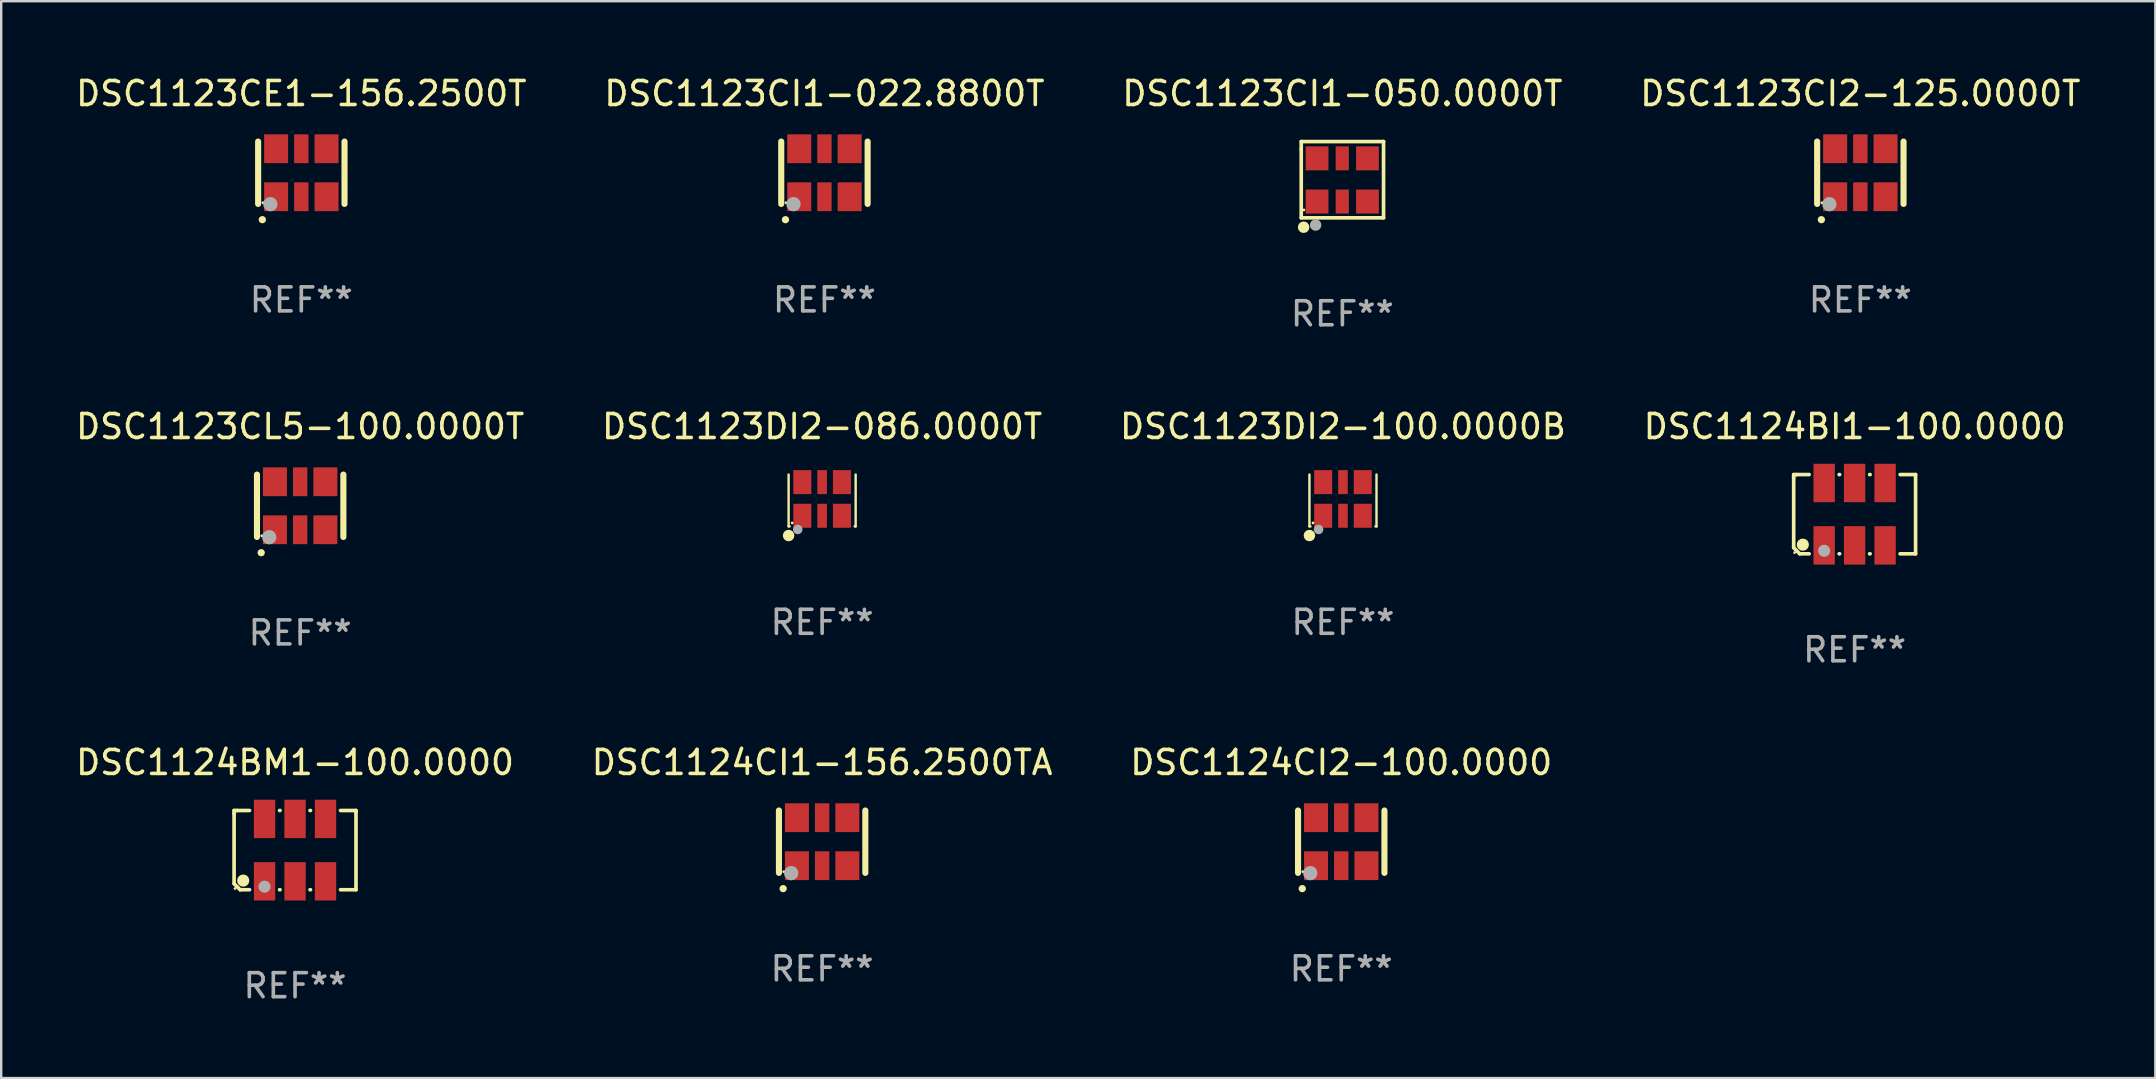
<source format=kicad_pcb>
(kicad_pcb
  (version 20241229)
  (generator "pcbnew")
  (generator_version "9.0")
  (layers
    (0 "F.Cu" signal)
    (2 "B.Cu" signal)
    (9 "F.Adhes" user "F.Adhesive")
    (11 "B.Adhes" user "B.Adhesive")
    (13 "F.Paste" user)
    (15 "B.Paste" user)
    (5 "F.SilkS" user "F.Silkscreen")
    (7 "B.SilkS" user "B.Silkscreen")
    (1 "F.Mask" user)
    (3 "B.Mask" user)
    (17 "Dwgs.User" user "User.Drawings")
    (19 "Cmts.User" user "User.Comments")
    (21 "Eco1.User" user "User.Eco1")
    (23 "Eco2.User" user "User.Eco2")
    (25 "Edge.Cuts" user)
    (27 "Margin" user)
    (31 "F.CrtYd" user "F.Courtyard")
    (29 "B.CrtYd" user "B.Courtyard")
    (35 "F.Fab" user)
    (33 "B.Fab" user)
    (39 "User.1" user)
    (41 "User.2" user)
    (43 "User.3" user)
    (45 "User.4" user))
  (footprint "DSC1123DI2-086.0000T"
    (layer "F.Cu")
    (at 31.208 17.804)
    (property "Reference" "DSC1123DI2-086.0000T" (at 0 -3.08 0) (layer "F.SilkS") (effects (font (size 1 1) (thickness 0.15))))
    (attr through_hole)
    (fp_line (start -1.397 -1.08) (end -1.397 1.08) (stroke (width 0.1) (type solid)) (layer "F.SilkS"))
    (fp_line (start -1.397 1.08) (end -1.354 1.08) (stroke (width 0.1) (type solid)) (layer "F.SilkS"))
    (fp_line (start 1.354 1.08) (end 1.397 1.08) (stroke (width 0.1) (type solid)) (layer "F.SilkS"))
    (fp_line (start 1.397 1.08) (end 1.397 -1.08) (stroke (width 0.1) (type solid)) (layer "F.SilkS"))
    (fp_circle (center -1.397 1.461) (end -1.277 1.461) (stroke (width 0.24) (type solid)) (fill no) (layer "F.SilkS"))
    (fp_circle (center -1.25 0.936) (end -1.22 0.936) (stroke (width 0.06) (type solid)) (fill no) (layer "F.SilkS"))
    (fp_circle (center -1.016 1.207) (end -0.916 1.207) (stroke (width 0.2) (type solid)) (fill no) (layer "F.Fab"))
    (fp_text user "REF**" (at 0 5.08 0) (layer "F.Fab") (effects (font (size 1 1) (thickness 0.15))))
    (pad "1" smd rect (at -0.825 0.637) (size 0.75 1) (layers "F.Cu" "F.Mask" "F.Paste"))
    (pad "2" smd rect (at 0 0.637) (size 0.4 1) (layers "F.Cu" "F.Mask" "F.Paste"))
    (pad "3" smd rect (at 0.825 0.637) (size 0.75 1) (layers "F.Cu" "F.Mask" "F.Paste"))
    (pad "4" smd rect (at 0.825 -0.764) (size 0.75 1) (layers "F.Cu" "F.Mask" "F.Paste"))
    (pad "5" smd rect (at 0 -0.764) (size 0.4 1) (layers "F.Cu" "F.Mask" "F.Paste"))
    (pad "6" smd rect (at -0.825 -0.764) (size 0.75 1) (layers "F.Cu" "F.Mask" "F.Paste")))
  (footprint "DSC1123CL5-100.0000T"
    (layer "F.Cu")
    (at 9.458 18.025)
    (property "Reference" "DSC1123CL5-100.0000T" (at 0 -3.3 0) (layer "F.SilkS") (effects (font (size 1 1) (thickness 0.15))))
    (attr through_hole)
    (fp_line (start -1.8 -1.3) (end -1.8 1.3) (stroke (width 0.254) (type solid)) (layer "F.SilkS"))
    (fp_line (start 1.8 -1.3) (end 1.8 1.3) (stroke (width 0.254) (type solid)) (layer "F.SilkS"))
    (fp_arc (start -1.625603 1.955804) (mid -1.624333 1.955799) (end -1.623063 1.955804) (stroke (width 0.3) (type solid)) (layer "F.SilkS"))
    (fp_circle (center -1.6 1.25) (end -1.57 1.25) (stroke (width 0.06) (type solid)) (fill no) (layer "F.SilkS"))
    (fp_circle (center -1.29 1.31) (end -1.14 1.31) (stroke (width 0.3) (type solid)) (fill no) (layer "F.Fab"))
    (fp_text user "REF**" (at 0 5.3 0) (layer "F.Fab") (effects (font (size 1 1) (thickness 0.15))))
    (pad "1" smd rect (at -1.05 1) (size 1 1.2) (layers "F.Cu" "F.Mask" "F.Paste"))
    (pad "2" smd rect (at 0 1) (size 0.6 1.2) (layers "F.Cu" "F.Mask" "F.Paste"))
    (pad "3" smd rect (at 1.05 1) (size 1 1.2) (layers "F.Cu" "F.Mask" "F.Paste"))
    (pad "4" smd rect (at 1.05 -1) (size 1 1.2) (layers "F.Cu" "F.Mask" "F.Paste"))
    (pad "5" smd rect (at 0 -1) (size 0.6 1.2) (layers "F.Cu" "F.Mask" "F.Paste"))
    (pad "6" smd rect (at -1.05 -1) (size 1 1.2) (layers "F.Cu" "F.Mask" "F.Paste")))
  (footprint "DSC1123DI2-100.0000B"
    (layer "F.Cu")
    (at 52.911 17.804)
    (property "Reference" "DSC1123DI2-100.0000B" (at 0 -3.08 0) (layer "F.SilkS") (effects (font (size 1 1) (thickness 0.15))))
    (attr through_hole)
    (fp_line (start -1.397 -1.08) (end -1.397 1.08) (stroke (width 0.1) (type solid)) (layer "F.SilkS"))
    (fp_line (start -1.397 1.08) (end -1.354 1.08) (stroke (width 0.1) (type solid)) (layer "F.SilkS"))
    (fp_line (start 1.354 1.08) (end 1.397 1.08) (stroke (width 0.1) (type solid)) (layer "F.SilkS"))
    (fp_line (start 1.397 1.08) (end 1.397 -1.08) (stroke (width 0.1) (type solid)) (layer "F.SilkS"))
    (fp_circle (center -1.397 1.461) (end -1.277 1.461) (stroke (width 0.24) (type solid)) (fill no) (layer "F.SilkS"))
    (fp_circle (center -1.25 0.936) (end -1.22 0.936) (stroke (width 0.06) (type solid)) (fill no) (layer "F.SilkS"))
    (fp_circle (center -1.016 1.207) (end -0.916 1.207) (stroke (width 0.2) (type solid)) (fill no) (layer "F.Fab"))
    (fp_text user "REF**" (at 0 5.08 0) (layer "F.Fab") (effects (font (size 1 1) (thickness 0.15))))
    (pad "1" smd rect (at -0.825 0.637) (size 0.75 1) (layers "F.Cu" "F.Mask" "F.Paste"))
    (pad "2" smd rect (at 0 0.637) (size 0.4 1) (layers "F.Cu" "F.Mask" "F.Paste"))
    (pad "3" smd rect (at 0.825 0.637) (size 0.75 1) (layers "F.Cu" "F.Mask" "F.Paste"))
    (pad "4" smd rect (at 0.825 -0.764) (size 0.75 1) (layers "F.Cu" "F.Mask" "F.Paste"))
    (pad "5" smd rect (at 0 -0.764) (size 0.4 1) (layers "F.Cu" "F.Mask" "F.Paste"))
    (pad "6" smd rect (at -0.825 -0.764) (size 0.75 1) (layers "F.Cu" "F.Mask" "F.Paste")))
  (footprint "DSC1123CI1-050.0000T"
    (layer "F.Cu")
    (at 52.887 4.438)
    (property "Reference" "DSC1123CI1-050.0000T" (at 0 -3.59 0) (layer "F.SilkS") (effects (font (size 1 1) (thickness 0.15))))
    (attr through_hole)
    (fp_line (start -1.715 -1.59) (end -1.715 -1.28) (stroke (width 0.152) (type solid)) (layer "F.SilkS"))
    (fp_line (start -1.715 -1.26) (end -1.715 1.59) (stroke (width 0.152) (type solid)) (layer "F.SilkS"))
    (fp_line (start -1.715 1.59) (end 1.715 1.59) (stroke (width 0.152) (type solid)) (layer "F.SilkS"))
    (fp_line (start 1.715 -1.59) (end -1.715 -1.59) (stroke (width 0.152) (type solid)) (layer "F.SilkS"))
    (fp_line (start 1.715 1.59) (end 1.715 -1.59) (stroke (width 0.152) (type solid)) (layer "F.SilkS"))
    (fp_circle (center -1.615 1.98) (end -1.495 1.98) (stroke (width 0.24) (type solid)) (fill no) (layer "F.SilkS"))
    (fp_circle (center -1.605 1.26) (end -1.575 1.26) (stroke (width 0.06) (type solid)) (fill no) (layer "F.SilkS"))
    (fp_circle (center -1.115 1.89) (end -0.995 1.89) (stroke (width 0.24) (type solid)) (fill no) (layer "F.Fab"))
    (fp_text user "REF**" (at 0 5.59 0) (layer "F.Fab") (effects (font (size 1 1) (thickness 0.15))))
    (pad "1" smd rect (at -1.055 0.91) (size 0.95 1) (layers "F.Cu" "F.Mask" "F.Paste"))
    (pad "2" smd rect (at -0.005 0.91) (size 0.55 1) (layers "F.Cu" "F.Mask" "F.Paste"))
    (pad "3" smd rect (at 1.045 0.91) (size 0.95 1) (layers "F.Cu" "F.Mask" "F.Paste"))
    (pad "4" smd rect (at 1.045 -0.89 180) (size 0.95 1) (layers "F.Cu" "F.Mask" "F.Paste"))
    (pad "5" smd rect (at -0.005 -0.89) (size 0.55 1) (layers "F.Cu" "F.Mask" "F.Paste"))
    (pad "6" smd rect (at -1.055 -0.89 180) (size 0.95 1) (layers "F.Cu" "F.Mask" "F.Paste")))
  (footprint "DSC1124BI1-100.0000"
    (layer "F.Cu")
    (at 74.232 18.376)
    (property "Reference" "DSC1124BI1-100.0000" (at 0 -3.651 0) (layer "F.SilkS") (effects (font (size 1 1) (thickness 0.15))))
    (attr through_hole)
    (fp_line (start -2.54 -1.651) (end -2.413 -1.651) (stroke (width 0.152) (type solid)) (layer "F.SilkS"))
    (fp_line (start -2.54 -1.524) (end -2.54 -1.651) (stroke (width 0.152) (type solid)) (layer "F.SilkS"))
    (fp_line (start -2.54 1.397) (end -2.54 -1.524) (stroke (width 0.152) (type solid)) (layer "F.SilkS"))
    (fp_line (start -2.413 -1.651) (end -1.895 -1.651) (stroke (width 0.152) (type solid)) (layer "F.SilkS"))
    (fp_line (start -2.286 1.651) (end -2.54 1.397) (stroke (width 0.152) (type solid)) (layer "F.SilkS"))
    (fp_line (start -1.895 1.651) (end -2.286 1.651) (stroke (width 0.152) (type solid)) (layer "F.SilkS"))
    (fp_line (start -0.645 -1.651) (end -0.625 -1.651) (stroke (width 0.152) (type solid)) (layer "F.SilkS"))
    (fp_line (start -0.625 1.651) (end -0.645 1.651) (stroke (width 0.152) (type solid)) (layer "F.SilkS"))
    (fp_line (start 0.625 -1.651) (end 0.645 -1.651) (stroke (width 0.152) (type solid)) (layer "F.SilkS"))
    (fp_line (start 0.645 1.651) (end 0.625 1.651) (stroke (width 0.152) (type solid)) (layer "F.SilkS"))
    (fp_line (start 1.895 -1.651) (end 2.54 -1.651) (stroke (width 0.152) (type solid)) (layer "F.SilkS"))
    (fp_line (start 2.54 -1.651) (end 2.54 1.651) (stroke (width 0.152) (type solid)) (layer "F.SilkS"))
    (fp_line (start 2.54 1.651) (end 1.895 1.651) (stroke (width 0.152) (type solid)) (layer "F.SilkS"))
    (fp_circle (center -2.5 1.6) (end -2.47 1.6) (stroke (width 0.06) (type solid)) (fill no) (layer "F.SilkS"))
    (fp_circle (center -2.159 1.27) (end -2.032 1.27) (stroke (width 0.254) (type solid)) (fill no) (layer "F.SilkS"))
    (fp_circle (center -1.27 1.524) (end -1.143 1.524) (stroke (width 0.254) (type solid)) (fill no) (layer "F.Fab"))
    (fp_text user "REF**" (at 0 5.651 0) (layer "F.Fab") (effects (font (size 1 1) (thickness 0.15))))
    (pad "1" smd rect (at -1.27 1.3) (size 0.89 1.6) (layers "F.Cu" "F.Mask" "F.Paste"))
    (pad "2" smd rect (at 0 1.3) (size 0.89 1.6) (layers "F.Cu" "F.Mask" "F.Paste"))
    (pad "3" smd rect (at 1.27 1.3) (size 0.89 1.6) (layers "F.Cu" "F.Mask" "F.Paste"))
    (pad "4" smd rect (at 1.27 -1.3) (size 0.89 1.6) (layers "F.Cu" "F.Mask" "F.Paste"))
    (pad "5" smd rect (at 0 -1.3) (size 0.89 1.6) (layers "F.Cu" "F.Mask" "F.Paste"))
    (pad "6" smd rect (at -1.27 -1.3) (size 0.89 1.6) (layers "F.Cu" "F.Mask" "F.Paste")))
  (footprint "DSC1123CE1-156.2500T"
    (layer "F.Cu")
    (at 9.506 4.148)
    (property "Reference" "DSC1123CE1-156.2500T" (at 0 -3.3 0) (layer "F.SilkS") (effects (font (size 1 1) (thickness 0.15))))
    (attr through_hole)
    (fp_line (start -1.8 -1.3) (end -1.8 1.3) (stroke (width 0.254) (type solid)) (layer "F.SilkS"))
    (fp_line (start 1.8 -1.3) (end 1.8 1.3) (stroke (width 0.254) (type solid)) (layer "F.SilkS"))
    (fp_arc (start -1.625603 1.955804) (mid -1.624333 1.955799) (end -1.623063 1.955804) (stroke (width 0.3) (type solid)) (layer "F.SilkS"))
    (fp_circle (center -1.6 1.25) (end -1.57 1.25) (stroke (width 0.06) (type solid)) (fill no) (layer "F.SilkS"))
    (fp_circle (center -1.29 1.31) (end -1.14 1.31) (stroke (width 0.3) (type solid)) (fill no) (layer "F.Fab"))
    (fp_text user "REF**" (at 0 5.3 0) (layer "F.Fab") (effects (font (size 1 1) (thickness 0.15))))
    (pad "1" smd rect (at -1.05 1) (size 1 1.2) (layers "F.Cu" "F.Mask" "F.Paste"))
    (pad "2" smd rect (at 0 1) (size 0.6 1.2) (layers "F.Cu" "F.Mask" "F.Paste"))
    (pad "3" smd rect (at 1.05 1) (size 1 1.2) (layers "F.Cu" "F.Mask" "F.Paste"))
    (pad "4" smd rect (at 1.05 -1) (size 1 1.2) (layers "F.Cu" "F.Mask" "F.Paste"))
    (pad "5" smd rect (at 0 -1) (size 0.6 1.2) (layers "F.Cu" "F.Mask" "F.Paste"))
    (pad "6" smd rect (at -1.05 -1) (size 1 1.2) (layers "F.Cu" "F.Mask" "F.Paste")))
  (footprint "DSC1123CI1-022.8800T"
    (layer "F.Cu")
    (at 31.304 4.148)
    (property "Reference" "DSC1123CI1-022.8800T" (at 0 -3.3 0) (layer "F.SilkS") (effects (font (size 1 1) (thickness 0.15))))
    (attr through_hole)
    (fp_line (start -1.8 -1.3) (end -1.8 1.3) (stroke (width 0.254) (type solid)) (layer "F.SilkS"))
    (fp_line (start 1.8 -1.3) (end 1.8 1.3) (stroke (width 0.254) (type solid)) (layer "F.SilkS"))
    (fp_arc (start -1.625603 1.955804) (mid -1.624333 1.955799) (end -1.623063 1.955804) (stroke (width 0.3) (type solid)) (layer "F.SilkS"))
    (fp_circle (center -1.6 1.25) (end -1.57 1.25) (stroke (width 0.06) (type solid)) (fill no) (layer "F.SilkS"))
    (fp_circle (center -1.29 1.31) (end -1.14 1.31) (stroke (width 0.3) (type solid)) (fill no) (layer "F.Fab"))
    (fp_text user "REF**" (at 0 5.3 0) (layer "F.Fab") (effects (font (size 1 1) (thickness 0.15))))
    (pad "1" smd rect (at -1.05 1) (size 1 1.2) (layers "F.Cu" "F.Mask" "F.Paste"))
    (pad "2" smd rect (at 0 1) (size 0.6 1.2) (layers "F.Cu" "F.Mask" "F.Paste"))
    (pad "3" smd rect (at 1.05 1) (size 1 1.2) (layers "F.Cu" "F.Mask" "F.Paste"))
    (pad "4" smd rect (at 1.05 -1) (size 1 1.2) (layers "F.Cu" "F.Mask" "F.Paste"))
    (pad "5" smd rect (at 0 -1) (size 0.6 1.2) (layers "F.Cu" "F.Mask" "F.Paste"))
    (pad "6" smd rect (at -1.05 -1) (size 1 1.2) (layers "F.Cu" "F.Mask" "F.Paste")))
  (footprint "DSC1124BM1-100.0000"
    (layer "F.Cu")
    (at 9.244 32.374)
    (property "Reference" "DSC1124BM1-100.0000" (at 0 -3.651 0) (layer "F.SilkS") (effects (font (size 1 1) (thickness 0.15))))
    (attr through_hole)
    (fp_line (start -2.54 -1.651) (end -2.413 -1.651) (stroke (width 0.152) (type solid)) (layer "F.SilkS"))
    (fp_line (start -2.54 -1.524) (end -2.54 -1.651) (stroke (width 0.152) (type solid)) (layer "F.SilkS"))
    (fp_line (start -2.54 1.397) (end -2.54 -1.524) (stroke (width 0.152) (type solid)) (layer "F.SilkS"))
    (fp_line (start -2.413 -1.651) (end -1.895 -1.651) (stroke (width 0.152) (type solid)) (layer "F.SilkS"))
    (fp_line (start -2.286 1.651) (end -2.54 1.397) (stroke (width 0.152) (type solid)) (layer "F.SilkS"))
    (fp_line (start -1.895 1.651) (end -2.286 1.651) (stroke (width 0.152) (type solid)) (layer "F.SilkS"))
    (fp_line (start -0.645 -1.651) (end -0.625 -1.651) (stroke (width 0.152) (type solid)) (layer "F.SilkS"))
    (fp_line (start -0.625 1.651) (end -0.645 1.651) (stroke (width 0.152) (type solid)) (layer "F.SilkS"))
    (fp_line (start 0.625 -1.651) (end 0.645 -1.651) (stroke (width 0.152) (type solid)) (layer "F.SilkS"))
    (fp_line (start 0.645 1.651) (end 0.625 1.651) (stroke (width 0.152) (type solid)) (layer "F.SilkS"))
    (fp_line (start 1.895 -1.651) (end 2.54 -1.651) (stroke (width 0.152) (type solid)) (layer "F.SilkS"))
    (fp_line (start 2.54 -1.651) (end 2.54 1.651) (stroke (width 0.152) (type solid)) (layer "F.SilkS"))
    (fp_line (start 2.54 1.651) (end 1.895 1.651) (stroke (width 0.152) (type solid)) (layer "F.SilkS"))
    (fp_circle (center -2.5 1.6) (end -2.47 1.6) (stroke (width 0.06) (type solid)) (fill no) (layer "F.SilkS"))
    (fp_circle (center -2.159 1.27) (end -2.032 1.27) (stroke (width 0.254) (type solid)) (fill no) (layer "F.SilkS"))
    (fp_circle (center -1.27 1.524) (end -1.143 1.524) (stroke (width 0.254) (type solid)) (fill no) (layer "F.Fab"))
    (fp_text user "REF**" (at 0 5.651 0) (layer "F.Fab") (effects (font (size 1 1) (thickness 0.15))))
    (pad "1" smd rect (at -1.27 1.3) (size 0.89 1.6) (layers "F.Cu" "F.Mask" "F.Paste"))
    (pad "2" smd rect (at 0 1.3) (size 0.89 1.6) (layers "F.Cu" "F.Mask" "F.Paste"))
    (pad "3" smd rect (at 1.27 1.3) (size 0.89 1.6) (layers "F.Cu" "F.Mask" "F.Paste"))
    (pad "4" smd rect (at 1.27 -1.3) (size 0.89 1.6) (layers "F.Cu" "F.Mask" "F.Paste"))
    (pad "5" smd rect (at 0 -1.3) (size 0.89 1.6) (layers "F.Cu" "F.Mask" "F.Paste"))
    (pad "6" smd rect (at -1.27 -1.3) (size 0.89 1.6) (layers "F.Cu" "F.Mask" "F.Paste")))
  (footprint "DSC1123CI2-125.0000T"
    (layer "F.Cu")
    (at 74.47 4.148)
    (property "Reference" "DSC1123CI2-125.0000T" (at 0 -3.3 0) (layer "F.SilkS") (effects (font (size 1 1) (thickness 0.15))))
    (attr through_hole)
    (fp_line (start -1.8 -1.3) (end -1.8 1.3) (stroke (width 0.254) (type solid)) (layer "F.SilkS"))
    (fp_line (start 1.8 -1.3) (end 1.8 1.3) (stroke (width 0.254) (type solid)) (layer "F.SilkS"))
    (fp_arc (start -1.625603 1.955804) (mid -1.624333 1.955799) (end -1.623063 1.955804) (stroke (width 0.3) (type solid)) (layer "F.SilkS"))
    (fp_circle (center -1.6 1.25) (end -1.57 1.25) (stroke (width 0.06) (type solid)) (fill no) (layer "F.SilkS"))
    (fp_circle (center -1.29 1.31) (end -1.14 1.31) (stroke (width 0.3) (type solid)) (fill no) (layer "F.Fab"))
    (fp_text user "REF**" (at 0 5.3 0) (layer "F.Fab") (effects (font (size 1 1) (thickness 0.15))))
    (pad "1" smd rect (at -1.05 1) (size 1 1.2) (layers "F.Cu" "F.Mask" "F.Paste"))
    (pad "2" smd rect (at 0 1) (size 0.6 1.2) (layers "F.Cu" "F.Mask" "F.Paste"))
    (pad "3" smd rect (at 1.05 1) (size 1 1.2) (layers "F.Cu" "F.Mask" "F.Paste"))
    (pad "4" smd rect (at 1.05 -1) (size 1 1.2) (layers "F.Cu" "F.Mask" "F.Paste"))
    (pad "5" smd rect (at 0 -1) (size 0.6 1.2) (layers "F.Cu" "F.Mask" "F.Paste"))
    (pad "6" smd rect (at -1.05 -1) (size 1 1.2) (layers "F.Cu" "F.Mask" "F.Paste")))
  (footprint "DSC1124CI2-100.0000"
    (layer "F.Cu")
    (at 52.839 32.023)
    (property "Reference" "DSC1124CI2-100.0000" (at 0 -3.3 0) (layer "F.SilkS") (effects (font (size 1 1) (thickness 0.15))))
    (attr through_hole)
    (fp_line (start -1.8 -1.3) (end -1.8 1.3) (stroke (width 0.254) (type solid)) (layer "F.SilkS"))
    (fp_line (start 1.8 -1.3) (end 1.8 1.3) (stroke (width 0.254) (type solid)) (layer "F.SilkS"))
    (fp_arc (start -1.625603 1.955804) (mid -1.624333 1.955799) (end -1.623063 1.955804) (stroke (width 0.3) (type solid)) (layer "F.SilkS"))
    (fp_circle (center -1.6 1.25) (end -1.57 1.25) (stroke (width 0.06) (type solid)) (fill no) (layer "F.SilkS"))
    (fp_circle (center -1.29 1.31) (end -1.14 1.31) (stroke (width 0.3) (type solid)) (fill no) (layer "F.Fab"))
    (fp_text user "REF**" (at 0 5.3 0) (layer "F.Fab") (effects (font (size 1 1) (thickness 0.15))))
    (pad "1" smd rect (at -1.05 1) (size 1 1.2) (layers "F.Cu" "F.Mask" "F.Paste"))
    (pad "2" smd rect (at 0 1) (size 0.6 1.2) (layers "F.Cu" "F.Mask" "F.Paste"))
    (pad "3" smd rect (at 1.05 1) (size 1 1.2) (layers "F.Cu" "F.Mask" "F.Paste"))
    (pad "4" smd rect (at 1.05 -1) (size 1 1.2) (layers "F.Cu" "F.Mask" "F.Paste"))
    (pad "5" smd rect (at 0 -1) (size 0.6 1.2) (layers "F.Cu" "F.Mask" "F.Paste"))
    (pad "6" smd rect (at -1.05 -1) (size 1 1.2) (layers "F.Cu" "F.Mask" "F.Paste")))
  (footprint "DSC1124CI1-156.2500TA"
    (layer "F.Cu")
    (at 31.208 32.023)
    (property "Reference" "DSC1124CI1-156.2500TA" (at 0 -3.3 0) (layer "F.SilkS") (effects (font (size 1 1) (thickness 0.15))))
    (attr through_hole)
    (fp_line (start -1.8 -1.3) (end -1.8 1.3) (stroke (width 0.254) (type solid)) (layer "F.SilkS"))
    (fp_line (start 1.8 -1.3) (end 1.8 1.3) (stroke (width 0.254) (type solid)) (layer "F.SilkS"))
    (fp_arc (start -1.625603 1.955804) (mid -1.624333 1.955799) (end -1.623063 1.955804) (stroke (width 0.3) (type solid)) (layer "F.SilkS"))
    (fp_circle (center -1.6 1.25) (end -1.57 1.25) (stroke (width 0.06) (type solid)) (fill no) (layer "F.SilkS"))
    (fp_circle (center -1.29 1.31) (end -1.14 1.31) (stroke (width 0.3) (type solid)) (fill no) (layer "F.Fab"))
    (fp_text user "REF**" (at 0 5.3 0) (layer "F.Fab") (effects (font (size 1 1) (thickness 0.15))))
    (pad "1" smd rect (at -1.05 1) (size 1 1.2) (layers "F.Cu" "F.Mask" "F.Paste"))
    (pad "2" smd rect (at 0 1) (size 0.6 1.2) (layers "F.Cu" "F.Mask" "F.Paste"))
    (pad "3" smd rect (at 1.05 1) (size 1 1.2) (layers "F.Cu" "F.Mask" "F.Paste"))
    (pad "4" smd rect (at 1.05 -1) (size 1 1.2) (layers "F.Cu" "F.Mask" "F.Paste"))
    (pad "5" smd rect (at 0 -1) (size 0.6 1.2) (layers "F.Cu" "F.Mask" "F.Paste"))
    (pad "6" smd rect (at -1.05 -1) (size 1 1.2) (layers "F.Cu" "F.Mask" "F.Paste")))
  (gr_rect
    (start -3 -3)
    (end 86.762 41.874)
    (stroke (width 0.1) (type default))
    (fill no)
    (layer "Edge.Cuts")))
</source>
